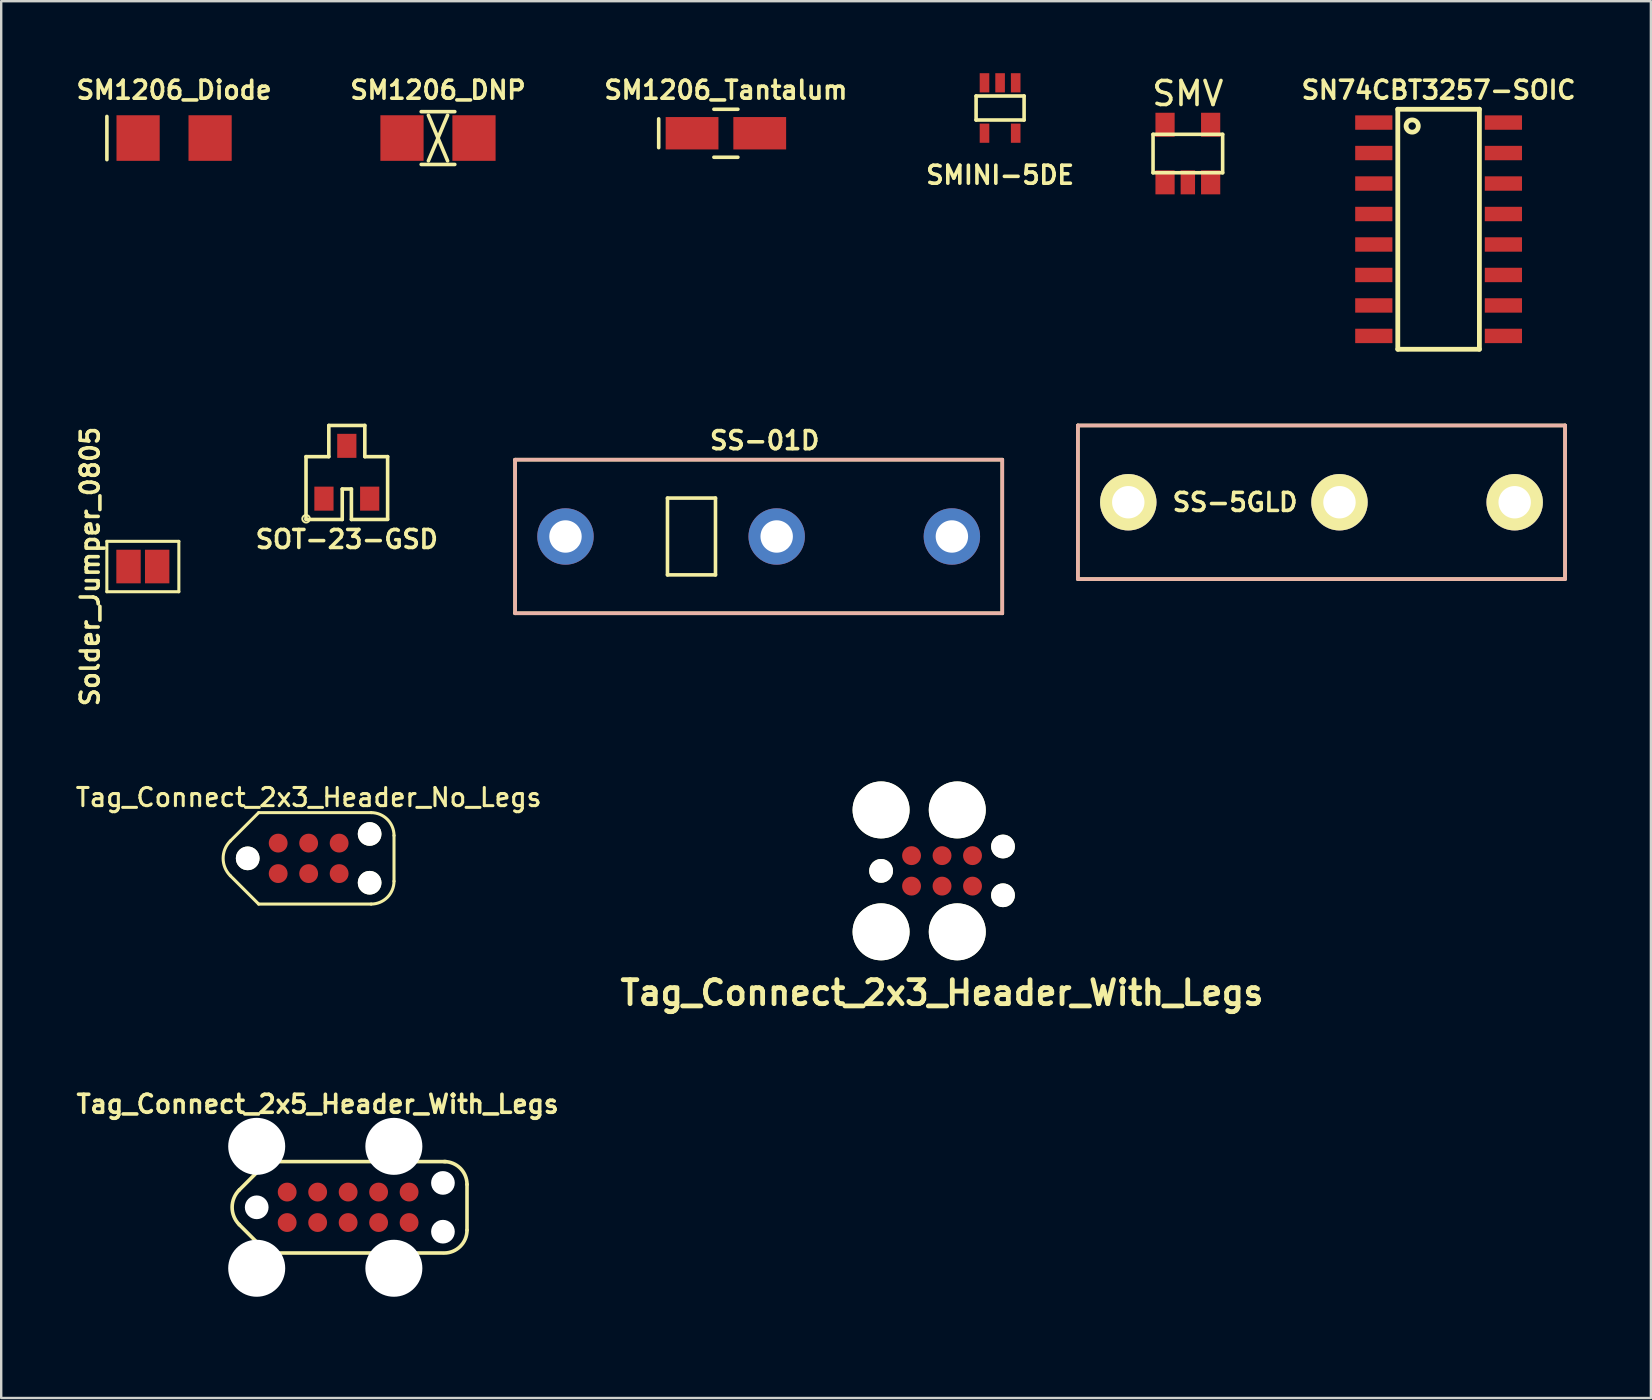
<source format=kicad_pcb>
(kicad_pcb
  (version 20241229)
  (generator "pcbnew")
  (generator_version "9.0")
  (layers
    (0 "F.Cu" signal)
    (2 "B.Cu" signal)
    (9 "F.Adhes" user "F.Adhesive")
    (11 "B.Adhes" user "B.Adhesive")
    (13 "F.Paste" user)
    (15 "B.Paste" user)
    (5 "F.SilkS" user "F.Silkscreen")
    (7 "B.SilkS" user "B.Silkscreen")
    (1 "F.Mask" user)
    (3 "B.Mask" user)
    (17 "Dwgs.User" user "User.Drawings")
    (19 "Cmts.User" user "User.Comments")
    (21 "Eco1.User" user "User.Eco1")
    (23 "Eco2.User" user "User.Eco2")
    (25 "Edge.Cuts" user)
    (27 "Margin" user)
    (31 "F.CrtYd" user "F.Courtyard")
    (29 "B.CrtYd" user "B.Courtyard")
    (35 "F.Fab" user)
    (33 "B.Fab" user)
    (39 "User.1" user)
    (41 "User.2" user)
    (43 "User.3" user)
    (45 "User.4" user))
  (footprint "SS-5GLD"
    (layer "F.Cu")
    (at 52.262 17.877)
    (property "Reference" "SS-5GLD" (at -3.85 0 0) (layer "F.SilkS") (effects (font (size 0.75 0.75) (thickness 0.15))))
    (attr through_hole)
    (fp_line (start -10.4 -3.2) (end 9.9 -3.2) (stroke (width 0.15) (type solid)) (layer "F.SilkS"))
    (fp_line (start -10.4 3.2) (end -10.4 -3.2) (stroke (width 0.15) (type solid)) (layer "F.SilkS"))
    (fp_line (start 9.9 -3.2) (end 9.9 3.2) (stroke (width 0.15) (type solid)) (layer "F.SilkS"))
    (fp_line (start 9.9 3.2) (end -10.4 3.2) (stroke (width 0.15) (type solid)) (layer "F.SilkS"))
    (fp_line (start -10.4 -3.2) (end 9.9 -3.2) (stroke (width 0.15) (type solid)) (layer "B.SilkS"))
    (fp_line (start -10.4 3.2) (end -10.4 -3.2) (stroke (width 0.15) (type solid)) (layer "B.SilkS"))
    (fp_line (start 9.9 -3.2) (end 9.9 3.2) (stroke (width 0.15) (type solid)) (layer "B.SilkS"))
    (fp_line (start 9.9 3.2) (end -10.4 3.2) (stroke (width 0.15) (type solid)) (layer "B.SilkS"))
    (pad "" thru_hole circle (at 7.8 0) (size 2.35 2.35) (drill 1.35) (layers "*.Cu" "*.Mask" "F.SilkS"))
    (pad "1" thru_hole circle (at -8.3 0) (size 2.35 2.35) (drill 1.35) (layers "*.Cu" "*.Mask" "F.SilkS"))
    (pad "2" thru_hole circle (at 0.5 0) (size 2.35 2.35) (drill 1.35) (layers "*.Cu" "*.Mask" "F.SilkS")))
  (footprint "SM1206_DNP"
    (layer "F.Cu")
    (at 15.2 2.702)
    (property "Reference" "SM1206_DNP" (at 0 -2 0) (layer "F.SilkS") (effects (font (size 0.75 0.75) (thickness 0.15))))
    (attr smd)
    (fp_line (start -0.7 -1.1) (end 0.7 -1.1) (stroke (width 0.15) (type solid)) (layer "F.SilkS"))
    (fp_line (start -0.4 -0.95) (end 0.4 0.95) (stroke (width 0.15) (type solid)) (layer "F.SilkS"))
    (fp_line (start 0.4 -0.95) (end -0.4 0.95) (stroke (width 0.15) (type solid)) (layer "F.SilkS"))
    (fp_line (start 0.7 1.1) (end -0.7 1.1) (stroke (width 0.15) (type solid)) (layer "F.SilkS"))
    (pad "1" smd rect (at -1.5 0) (size 1.8 1.9) (layers "F.Cu" "F.Mask"))
    (pad "2" smd rect (at 1.5 0) (size 1.8 1.9) (layers "F.Cu" "F.Mask")))
  (footprint "Tag_Connect_2x3_Header_With_Legs"
    (layer "F.Cu")
    (at 36.202 33.237)
    (property "Reference" "Tag_Connect_2x3_Header_With_Legs" (at 0 5.08 0) (layer "F.SilkS") (effects (font (size 1 1) (thickness 0.2))))
    (attr through_hole)
    (pad "" np_thru_hole circle (at -2.54 -2.54) (size 2.375 2.375) (drill 2.375) (layers "*.Cu" "*.Mask" "F.SilkS"))
    (pad "" np_thru_hole circle (at -2.54 0) (size 0.991 0.991) (drill 0.991) (layers "*.Cu" "*.Mask" "F.SilkS"))
    (pad "" np_thru_hole circle (at -2.54 2.54) (size 2.375 2.375) (drill 2.375) (layers "*.Cu" "*.Mask" "F.SilkS"))
    (pad "" np_thru_hole circle (at 0.635 -2.54) (size 2.375 2.375) (drill 2.375) (layers "*.Cu" "*.Mask" "F.SilkS"))
    (pad "" np_thru_hole circle (at 0.635 2.54) (size 2.375 2.375) (drill 2.375) (layers "*.Cu" "*.Mask" "F.SilkS"))
    (pad "" np_thru_hole circle (at 2.54 -1.016) (size 0.991 0.991) (drill 0.991) (layers "*.Cu" "*.Mask" "F.SilkS"))
    (pad "" np_thru_hole circle (at 2.54 1.016) (size 0.991 0.991) (drill 0.991) (layers "*.Cu" "*.Mask" "F.SilkS"))
    (pad "1" smd circle (at -1.27 0.635) (size 0.787 0.787) (layers "F.Cu" "F.Mask"))
    (pad "2" smd circle (at -1.27 -0.635) (size 0.787 0.787) (layers "F.Cu" "F.Mask"))
    (pad "3" smd circle (at 0 0.635) (size 0.787 0.787) (layers "F.Cu" "F.Mask"))
    (pad "4" smd circle (at 0 -0.635) (size 0.787 0.787) (layers "F.Cu" "F.Mask"))
    (pad "5" smd circle (at 1.27 0.635) (size 0.787 0.787) (layers "F.Cu" "F.Mask"))
    (pad "6" smd circle (at 1.27 -0.635) (size 0.787 0.787) (layers "F.Cu" "F.Mask")))
  (footprint "SN74CBT3257-SOIC"
    (layer "F.Cu")
    (at 56.892 6.502)
    (property "Reference" "SN74CBT3257-SOIC" (at 0 -5.8 0) (layer "F.SilkS") (effects (font (size 0.75 0.75) (thickness 0.15))))
    (attr smd)
    (fp_line (start -1.7 -5) (end 1.7 -5) (stroke (width 0.2) (type solid)) (layer "F.SilkS"))
    (fp_line (start -1.7 5) (end -1.7 -5) (stroke (width 0.2) (type solid)) (layer "F.SilkS"))
    (fp_line (start 1.7 -5) (end 1.7 5) (stroke (width 0.2) (type solid)) (layer "F.SilkS"))
    (fp_line (start 1.7 5) (end -1.7 5) (stroke (width 0.2) (type solid)) (layer "F.SilkS"))
    (fp_circle (center -1.1 -4.3) (end -0.85 -4.25) (stroke (width 0.2) (type solid)) (fill no) (layer "F.SilkS"))
    (pad "1" smd rect (at -2.7 -4.445) (size 1.55 0.6) (layers "F.Cu" "F.Mask" "F.Paste"))
    (pad "2" smd rect (at -2.7 -3.175) (size 1.55 0.6) (layers "F.Cu" "F.Mask" "F.Paste"))
    (pad "3" smd rect (at -2.7 -1.905) (size 1.55 0.6) (layers "F.Cu" "F.Mask" "F.Paste"))
    (pad "4" smd rect (at -2.7 -0.635) (size 1.55 0.6) (layers "F.Cu" "F.Mask" "F.Paste"))
    (pad "5" smd rect (at -2.7 0.635) (size 1.55 0.6) (layers "F.Cu" "F.Mask" "F.Paste"))
    (pad "6" smd rect (at -2.7 1.905) (size 1.55 0.6) (layers "F.Cu" "F.Mask" "F.Paste"))
    (pad "7" smd rect (at -2.7 3.175) (size 1.55 0.6) (layers "F.Cu" "F.Mask" "F.Paste"))
    (pad "8" smd rect (at -2.7 4.445) (size 1.55 0.6) (layers "F.Cu" "F.Mask" "F.Paste"))
    (pad "9" smd rect (at 2.7 4.445) (size 1.55 0.6) (layers "F.Cu" "F.Mask" "F.Paste"))
    (pad "10" smd rect (at 2.7 3.175) (size 1.55 0.6) (layers "F.Cu" "F.Mask" "F.Paste"))
    (pad "11" smd rect (at 2.7 1.905) (size 1.55 0.6) (layers "F.Cu" "F.Mask" "F.Paste"))
    (pad "12" smd rect (at 2.7 0.635) (size 1.55 0.6) (layers "F.Cu" "F.Mask" "F.Paste"))
    (pad "13" smd rect (at 2.7 -0.635) (size 1.55 0.6) (layers "F.Cu" "F.Mask" "F.Paste"))
    (pad "14" smd rect (at 2.7 -1.905) (size 1.55 0.6) (layers "F.Cu" "F.Mask" "F.Paste"))
    (pad "15" smd rect (at 2.7 -3.175) (size 1.55 0.6) (layers "F.Cu" "F.Mask" "F.Paste"))
    (pad "16" smd rect (at 2.7 -4.445) (size 1.55 0.6) (layers "F.Cu" "F.Mask" "F.Paste")))
  (footprint "Solder_Jumper_0805"
    (layer "F.Cu")
    (at 2.902 20.556)
    (property "Reference" "Solder_Jumper_0805" (at -2.2 0 90) (layer "F.SilkS") (effects (font (size 0.75 0.75) (thickness 0.15))))
    (attr smd)
    (fp_line (start -1.5 -1.05) (end 1.5 -1.05) (stroke (width 0.127) (type solid)) (layer "F.SilkS"))
    (fp_line (start -1.5 1.05) (end -1.5 -1.05) (stroke (width 0.127) (type solid)) (layer "F.SilkS"))
    (fp_line (start 1.5 -1.05) (end 1.5 1.05) (stroke (width 0.127) (type solid)) (layer "F.SilkS"))
    (fp_line (start 1.5 1.05) (end -1.5 1.05) (stroke (width 0.127) (type solid)) (layer "F.SilkS"))
    (pad "1" smd rect (at -0.597 0) (size 1.016 1.4) (layers "F.Cu" "F.Mask" "F.Paste"))
    (pad "2" smd rect (at 0.597 0) (size 1.016 1.4) (layers "F.Cu" "F.Mask" "F.Paste")))
  (footprint "SM1206_Tantalum"
    (layer "F.Cu")
    (at 27.196 2.502)
    (property "Reference" "SM1206_Tantalum" (at 0 -1.8 0) (layer "F.SilkS") (effects (font (size 0.75 0.75) (thickness 0.15))))
    (attr smd)
    (fp_line (start -2.8 -0.6) (end -2.8 0.6) (stroke (width 0.15) (type solid)) (layer "F.SilkS"))
    (fp_line (start -0.5 -1) (end 0.5 -1) (stroke (width 0.15) (type solid)) (layer "F.SilkS"))
    (fp_line (start 0.5 1) (end -0.5 1) (stroke (width 0.15) (type solid)) (layer "F.SilkS"))
    (pad "1" smd rect (at -1.41 0) (size 2.2 1.35) (layers "F.Cu" "F.Mask" "F.Paste"))
    (pad "2" smd rect (at 1.41 0) (size 2.2 1.35) (layers "F.Cu" "F.Mask" "F.Paste")))
  (footprint "SMV"
    (layer "F.Cu")
    (at 46.444 3.348)
    (property "Reference" "SMV" (at 0 -2.5 0) (layer "F.SilkS") (effects (font (size 1 1) (thickness 0.15))))
    (attr through_hole)
    (fp_line (start -1.45 -0.8) (end 1.45 -0.8) (stroke (width 0.15) (type solid)) (layer "F.SilkS"))
    (fp_line (start -1.45 0.8) (end -1.45 -0.8) (stroke (width 0.15) (type solid)) (layer "F.SilkS"))
    (fp_line (start 1.45 -0.8) (end 1.45 0.8) (stroke (width 0.15) (type solid)) (layer "F.SilkS"))
    (fp_line (start 1.45 0.8) (end -1.45 0.8) (stroke (width 0.15) (type solid)) (layer "F.SilkS"))
    (pad "1" smd rect (at -0.95 1.2) (size 0.8 1) (layers "F.Cu" "F.Mask" "F.Paste"))
    (pad "2" smd rect (at 0 1.2) (size 0.6 1) (layers "F.Cu" "F.Mask" "F.Paste"))
    (pad "3" smd rect (at 0.95 1.2) (size 0.8 1) (layers "F.Cu" "F.Mask" "F.Paste"))
    (pad "4" smd rect (at 0.95 -1.2) (size 0.8 1) (layers "F.Cu" "F.Mask" "F.Paste"))
    (pad "5" smd rect (at -0.95 -1.2) (size 0.8 1) (layers "F.Cu" "F.Mask" "F.Paste")))
  (footprint "Tag_Connect_2x5_Header_With_Legs"
    (layer "F.Cu")
    (at 11.456 47.255)
    (property "Reference" "Tag_Connect_2x5_Header_With_Legs" (at -1.27 -4.3 0) (layer "F.SilkS") (effects (font (size 0.75 0.75) (thickness 0.15))))
    (attr exclude_from_pos_files exclude_from_bom)
    (fp_line (start -4.534 -0.724) (end -3.353 -1.905) (stroke (width 0.15) (type solid)) (layer "F.SilkS"))
    (fp_line (start -4.534 0.724) (end -3.353 1.905) (stroke (width 0.15) (type solid)) (layer "F.SilkS"))
    (fp_line (start 3.937 1.905) (end -3.353 1.905) (stroke (width 0.15) (type solid)) (layer "F.SilkS"))
    (fp_line (start 4.064 -1.905) (end -3.353 -1.905) (stroke (width 0.15) (type solid)) (layer "F.SilkS"))
    (fp_line (start 4.953 -0.953) (end 4.953 0.953) (stroke (width 0.15) (type solid)) (layer "F.SilkS"))
    (fp_arc (start -4.5339 0.7239) (mid -4.833749 0) (end -4.5339 -0.7239) (stroke (width 0.15) (type solid)) (layer "F.SilkS"))
    (fp_arc (start 4.0005 -1.905) (mid 4.674019 -1.626019) (end 4.953 -0.9525) (stroke (width 0.15) (type solid)) (layer "F.SilkS"))
    (fp_arc (start 4.953 0.9525) (mid 4.674019 1.626019) (end 4.0005 1.905) (stroke (width 0.15) (type solid)) (layer "F.SilkS"))
    (fp_line (start -4.585 -4.895) (end -3.035 -4.895) (stroke (width 0.1) (type solid)) (layer "Eco2.User"))
    (fp_line (start -4.585 -3.45) (end -4.585 -4.895) (stroke (width 0.1) (type solid)) (layer "Eco2.User"))
    (fp_line (start -4.585 3.45) (end -4.585 4.895) (stroke (width 0.1) (type solid)) (layer "Eco2.User"))
    (fp_line (start -4.585 4.895) (end -3.035 4.895) (stroke (width 0.1) (type solid)) (layer "Eco2.User"))
    (fp_line (start -3.035 -4.895) (end -3.035 -3.45) (stroke (width 0.1) (type solid)) (layer "Eco2.User"))
    (fp_line (start -3.035 4.895) (end -3.035 3.45) (stroke (width 0.1) (type solid)) (layer "Eco2.User"))
    (fp_line (start 1.131 -4.895) (end 2.679 -4.895) (stroke (width 0.1) (type solid)) (layer "Eco2.User"))
    (fp_line (start 1.131 -3.45) (end 1.131 -4.895) (stroke (width 0.1) (type solid)) (layer "Eco2.User"))
    (fp_line (start 1.131 3.45) (end 1.131 4.895) (stroke (width 0.1) (type solid)) (layer "Eco2.User"))
    (fp_line (start 1.131 4.895) (end 2.679 4.895) (stroke (width 0.1) (type solid)) (layer "Eco2.User"))
    (fp_line (start 2.679 -4.895) (end 2.679 -3.45) (stroke (width 0.1) (type solid)) (layer "Eco2.User"))
    (fp_line (start 2.679 4.895) (end 2.679 3.45) (stroke (width 0.1) (type solid)) (layer "Eco2.User"))
    (pad "" np_thru_hole circle (at -3.81 -2.54) (size 2.375 2.375) (drill 2.375) (layers "*.Cu" "*.Mask"))
    (pad "" np_thru_hole circle (at -3.81 0) (size 0.988 0.988) (drill 0.988) (layers "*.Cu" "*.Mask"))
    (pad "" np_thru_hole circle (at -3.81 2.54) (size 2.375 2.375) (drill 2.375) (layers "*.Cu" "*.Mask"))
    (pad "" np_thru_hole circle (at 1.905 -2.54) (size 2.375 2.375) (drill 2.375) (layers "*.Cu" "*.Mask"))
    (pad "" np_thru_hole circle (at 1.905 2.54) (size 2.375 2.375) (drill 2.375) (layers "*.Cu" "*.Mask"))
    (pad "" np_thru_hole circle (at 3.95 -1.016) (size 0.986 0.986) (drill 0.986) (layers "*.Cu" "*.Mask"))
    (pad "" np_thru_hole circle (at 3.95 1.016) (size 0.986 0.986) (drill 0.986) (layers "*.Cu" "*.Mask"))
    (pad "1" connect circle (at -2.54 0.635) (size 0.785 0.785) (layers "F.Cu" "F.Mask"))
    (pad "2" connect circle (at -1.27 0.635) (size 0.785 0.785) (layers "F.Cu" "F.Mask"))
    (pad "3" connect circle (at 0 0.635) (size 0.785 0.785) (layers "F.Cu" "F.Mask"))
    (pad "4" connect circle (at 1.27 0.635) (size 0.785 0.785) (layers "F.Cu" "F.Mask"))
    (pad "5" connect circle (at 2.54 0.635) (size 0.785 0.785) (layers "F.Cu" "F.Mask"))
    (pad "6" connect circle (at 2.54 -0.635) (size 0.785 0.785) (layers "F.Cu" "F.Mask"))
    (pad "7" connect circle (at 1.27 -0.635) (size 0.785 0.785) (layers "F.Cu" "F.Mask"))
    (pad "8" connect circle (at 0 -0.635) (size 0.785 0.785) (layers "F.Cu" "F.Mask"))
    (pad "9" connect circle (at -1.27 -0.635) (size 0.785 0.785) (layers "F.Cu" "F.Mask"))
    (pad "10" connect circle (at -2.54 -0.635) (size 0.785 0.785) (layers "F.Cu" "F.Mask")))
  (footprint "SM1206_Diode"
    (layer "F.Cu")
    (at 4.204 2.702)
    (property "Reference" "SM1206_Diode" (at 0 -2 0) (layer "F.SilkS") (effects (font (size 0.75 0.75) (thickness 0.15))))
    (attr smd)
    (fp_line (start -2.8 -0.9) (end -2.8 0.9) (stroke (width 0.15) (type solid)) (layer "F.SilkS"))
    (pad "1" smd rect (at -1.5 0) (size 1.8 1.9) (layers "F.Cu" "F.Mask" "F.Paste"))
    (pad "2" smd rect (at 1.5 0) (size 1.8 1.9) (layers "F.Cu" "F.Mask" "F.Paste")))
  (footprint "Tag_Connect_2x3_Header_No_Legs"
    (layer "F.Cu")
    (at 9.811 32.715)
    (property "Reference" "Tag_Connect_2x3_Header_No_Legs" (at 0 -2.54 0) (layer "F.SilkS") (effects (font (size 0.757 0.757) (thickness 0.127))))
    (attr exclude_from_pos_files exclude_from_bom)
    (fp_line (start -3.264 -0.724) (end -2.083 -1.905) (stroke (width 0.127) (type solid)) (layer "F.SilkS"))
    (fp_line (start -3.264 0.724) (end -2.083 1.905) (stroke (width 0.127) (type solid)) (layer "F.SilkS"))
    (fp_line (start 2.603 -1.905) (end -2.083 -1.905) (stroke (width 0.127) (type solid)) (layer "F.SilkS"))
    (fp_line (start 2.603 1.905) (end -2.083 1.905) (stroke (width 0.127) (type solid)) (layer "F.SilkS"))
    (fp_line (start 3.556 -0.953) (end 3.556 0.953) (stroke (width 0.127) (type solid)) (layer "F.SilkS"))
    (fp_arc (start -3.2639 0.7239) (mid -3.563749 0) (end -3.2639 -0.7239) (stroke (width 0.127) (type solid)) (layer "F.SilkS"))
    (fp_arc (start 2.6035 -1.905) (mid 3.277019 -1.626019) (end 3.556 -0.9525) (stroke (width 0.127) (type solid)) (layer "F.SilkS"))
    (fp_arc (start 3.556 0.9525) (mid 3.277019 1.626019) (end 2.6035 1.905) (stroke (width 0.127) (type solid)) (layer "F.SilkS"))
    (pad "" np_thru_hole circle (at -2.54 0) (size 0.988 0.988) (drill 0.988) (layers "*.Cu" "*.Mask" "F.SilkS"))
    (pad "" np_thru_hole circle (at 2.54 -1.016) (size 0.986 0.986) (drill 0.986) (layers "*.Cu" "*.Mask" "F.SilkS"))
    (pad "" np_thru_hole circle (at 2.54 1.016) (size 0.986 0.986) (drill 0.986) (layers "*.Cu" "*.Mask" "F.SilkS"))
    (pad "1" connect circle (at -1.27 0.635) (size 0.785 0.785) (layers "F.Cu" "F.Mask"))
    (pad "2" connect circle (at -1.27 -0.635) (size 0.785 0.785) (layers "F.Cu" "F.Mask"))
    (pad "3" connect circle (at 0 0.635) (size 0.785 0.785) (layers "F.Cu" "F.Mask"))
    (pad "4" connect circle (at 0 -0.635) (size 0.785 0.785) (layers "F.Cu" "F.Mask"))
    (pad "5" connect circle (at 1.27 0.635) (size 0.785 0.785) (layers "F.Cu" "F.Mask"))
    (pad "6" connect circle (at 1.27 -0.635) (size 0.785 0.785) (layers "F.Cu" "F.Mask")))
  (footprint "SOT-23-GSD"
    (layer "F.Cu")
    (at 11.401 16.627)
    (property "Reference" "SOT-23-GSD" (at 0 2.794 0) (layer "F.SilkS") (effects (font (size 0.75 0.75) (thickness 0.15))))
    (attr smd)
    (fp_line (start -1.7 -0.65) (end -1.7 1.95) (stroke (width 0.15) (type solid)) (layer "F.SilkS"))
    (fp_line (start -1.7 1.968) (end -0.191 1.968) (stroke (width 0.15) (type solid)) (layer "F.SilkS"))
    (fp_line (start -0.75 -1.95) (end -0.75 -0.65) (stroke (width 0.15) (type solid)) (layer "F.SilkS"))
    (fp_line (start -0.75 -1.95) (end 0.75 -1.95) (stroke (width 0.15) (type solid)) (layer "F.SilkS"))
    (fp_line (start -0.75 -0.65) (end -1.7 -0.65) (stroke (width 0.15) (type solid)) (layer "F.SilkS"))
    (fp_line (start -0.191 0.699) (end 0.191 0.699) (stroke (width 0.15) (type solid)) (layer "F.SilkS"))
    (fp_line (start -0.191 1.968) (end -0.191 0.699) (stroke (width 0.15) (type solid)) (layer "F.SilkS"))
    (fp_line (start 0.191 0.699) (end 0.191 1.968) (stroke (width 0.15) (type solid)) (layer "F.SilkS"))
    (fp_line (start 0.191 1.968) (end 1.7 1.968) (stroke (width 0.15) (type solid)) (layer "F.SilkS"))
    (fp_line (start 0.75 -1.95) (end 0.75 -0.65) (stroke (width 0.15) (type solid)) (layer "F.SilkS"))
    (fp_line (start 0.75 -0.65) (end 1.7 -0.65) (stroke (width 0.15) (type solid)) (layer "F.SilkS"))
    (fp_line (start 1.7 -0.65) (end 1.7 1.95) (stroke (width 0.15) (type solid)) (layer "F.SilkS"))
    (fp_circle (center -1.697 1.938) (end -1.821 2.037) (stroke (width 0.079) (type solid)) (fill no) (layer "F.SilkS"))
    (pad "D" smd rect (at 0 -1.1) (size 0.8 1.001) (layers "F.Cu" "F.Mask"))
    (pad "G" smd rect (at -0.953 1.1) (size 0.8 1.001) (layers "F.Cu" "F.Mask"))
    (pad "S" smd rect (at 0.953 1.1) (size 0.8 1.001) (layers "F.Cu" "F.Mask")))
  (footprint "SS-01D"
    (layer "F.Cu")
    (at 28.812 19.304)
    (property "Reference" "SS-01D" (at 0 -4 0) (layer "F.SilkS") (effects (font (size 0.75 0.75) (thickness 0.15))))
    (attr through_hole)
    (fp_line (start -10.4 -3.2) (end 9.9 -3.2) (stroke (width 0.15) (type solid)) (layer "F.SilkS"))
    (fp_line (start -10.4 3.2) (end -10.4 -3.2) (stroke (width 0.15) (type solid)) (layer "F.SilkS"))
    (fp_line (start -4.05 -1.6) (end -4.05 1.6) (stroke (width 0.15) (type solid)) (layer "F.SilkS"))
    (fp_line (start -2.05 -1.6) (end -4.05 -1.6) (stroke (width 0.15) (type solid)) (layer "F.SilkS"))
    (fp_line (start -2.05 1.6) (end -4.05 1.6) (stroke (width 0.15) (type solid)) (layer "F.SilkS"))
    (fp_line (start -2.05 1.6) (end -2.05 -1.6) (stroke (width 0.15) (type solid)) (layer "F.SilkS"))
    (fp_line (start 9.9 -3.2) (end 9.9 3.2) (stroke (width 0.15) (type solid)) (layer "F.SilkS"))
    (fp_line (start 9.9 3.2) (end -10.4 3.2) (stroke (width 0.15) (type solid)) (layer "F.SilkS"))
    (fp_line (start -10.4 -3.2) (end 9.9 -3.2) (stroke (width 0.15) (type solid)) (layer "B.SilkS"))
    (fp_line (start -10.4 3.2) (end -10.4 -3.2) (stroke (width 0.15) (type solid)) (layer "B.SilkS"))
    (fp_line (start 9.9 -3.2) (end 9.9 3.2) (stroke (width 0.15) (type solid)) (layer "B.SilkS"))
    (fp_line (start 9.9 3.2) (end -10.4 3.2) (stroke (width 0.15) (type solid)) (layer "B.SilkS"))
    (pad "" thru_hole circle (at 7.8 0) (size 2.35 2.35) (drill 1.35) (layers "*.Cu" "*.Mask"))
    (pad "1" thru_hole circle (at -8.3 0) (size 2.35 2.35) (drill 1.35) (layers "*.Cu" "*.Mask"))
    (pad "2" thru_hole circle (at 0.5 0) (size 2.35 2.35) (drill 1.35) (layers "*.Cu" "*.Mask")))
  (footprint "SMINI-5DE"
    (layer "F.Cu")
    (at 38.621 1.45)
    (property "Reference" "SMINI-5DE" (at 0 2.794 0) (layer "F.SilkS") (effects (font (size 0.75 0.75) (thickness 0.15))))
    (attr smd)
    (fp_line (start -1 -0.5) (end -1 0.5) (stroke (width 0.15) (type solid)) (layer "F.SilkS"))
    (fp_line (start -1 0.5) (end 1 0.5) (stroke (width 0.15) (type solid)) (layer "F.SilkS"))
    (fp_line (start 1 -0.5) (end -1 -0.5) (stroke (width 0.15) (type solid)) (layer "F.SilkS"))
    (fp_line (start 1 -0.5) (end 1 0.5) (stroke (width 0.15) (type solid)) (layer "F.SilkS"))
    (pad "1" smd rect (at 0.65 -1.05) (size 0.4 0.8) (layers "F.Cu" "F.Mask" "F.Paste"))
    (pad "2" smd rect (at 0 -1.05) (size 0.4 0.8) (layers "F.Cu" "F.Mask" "F.Paste"))
    (pad "3" smd rect (at -0.65 -1.05) (size 0.4 0.8) (layers "F.Cu" "F.Mask" "F.Paste"))
    (pad "4" smd rect (at -0.65 1.05) (size 0.4 0.8) (layers "F.Cu" "F.Mask" "F.Paste"))
    (pad "5" smd rect (at 0.65 1.05) (size 0.4 0.8) (layers "F.Cu" "F.Mask" "F.Paste")))
  (gr_rect
    (start -3 -3)
    (end 65.738 55.2)
    (stroke (width 0.1) (type default))
    (fill no)
    (layer "Edge.Cuts")))
</source>
